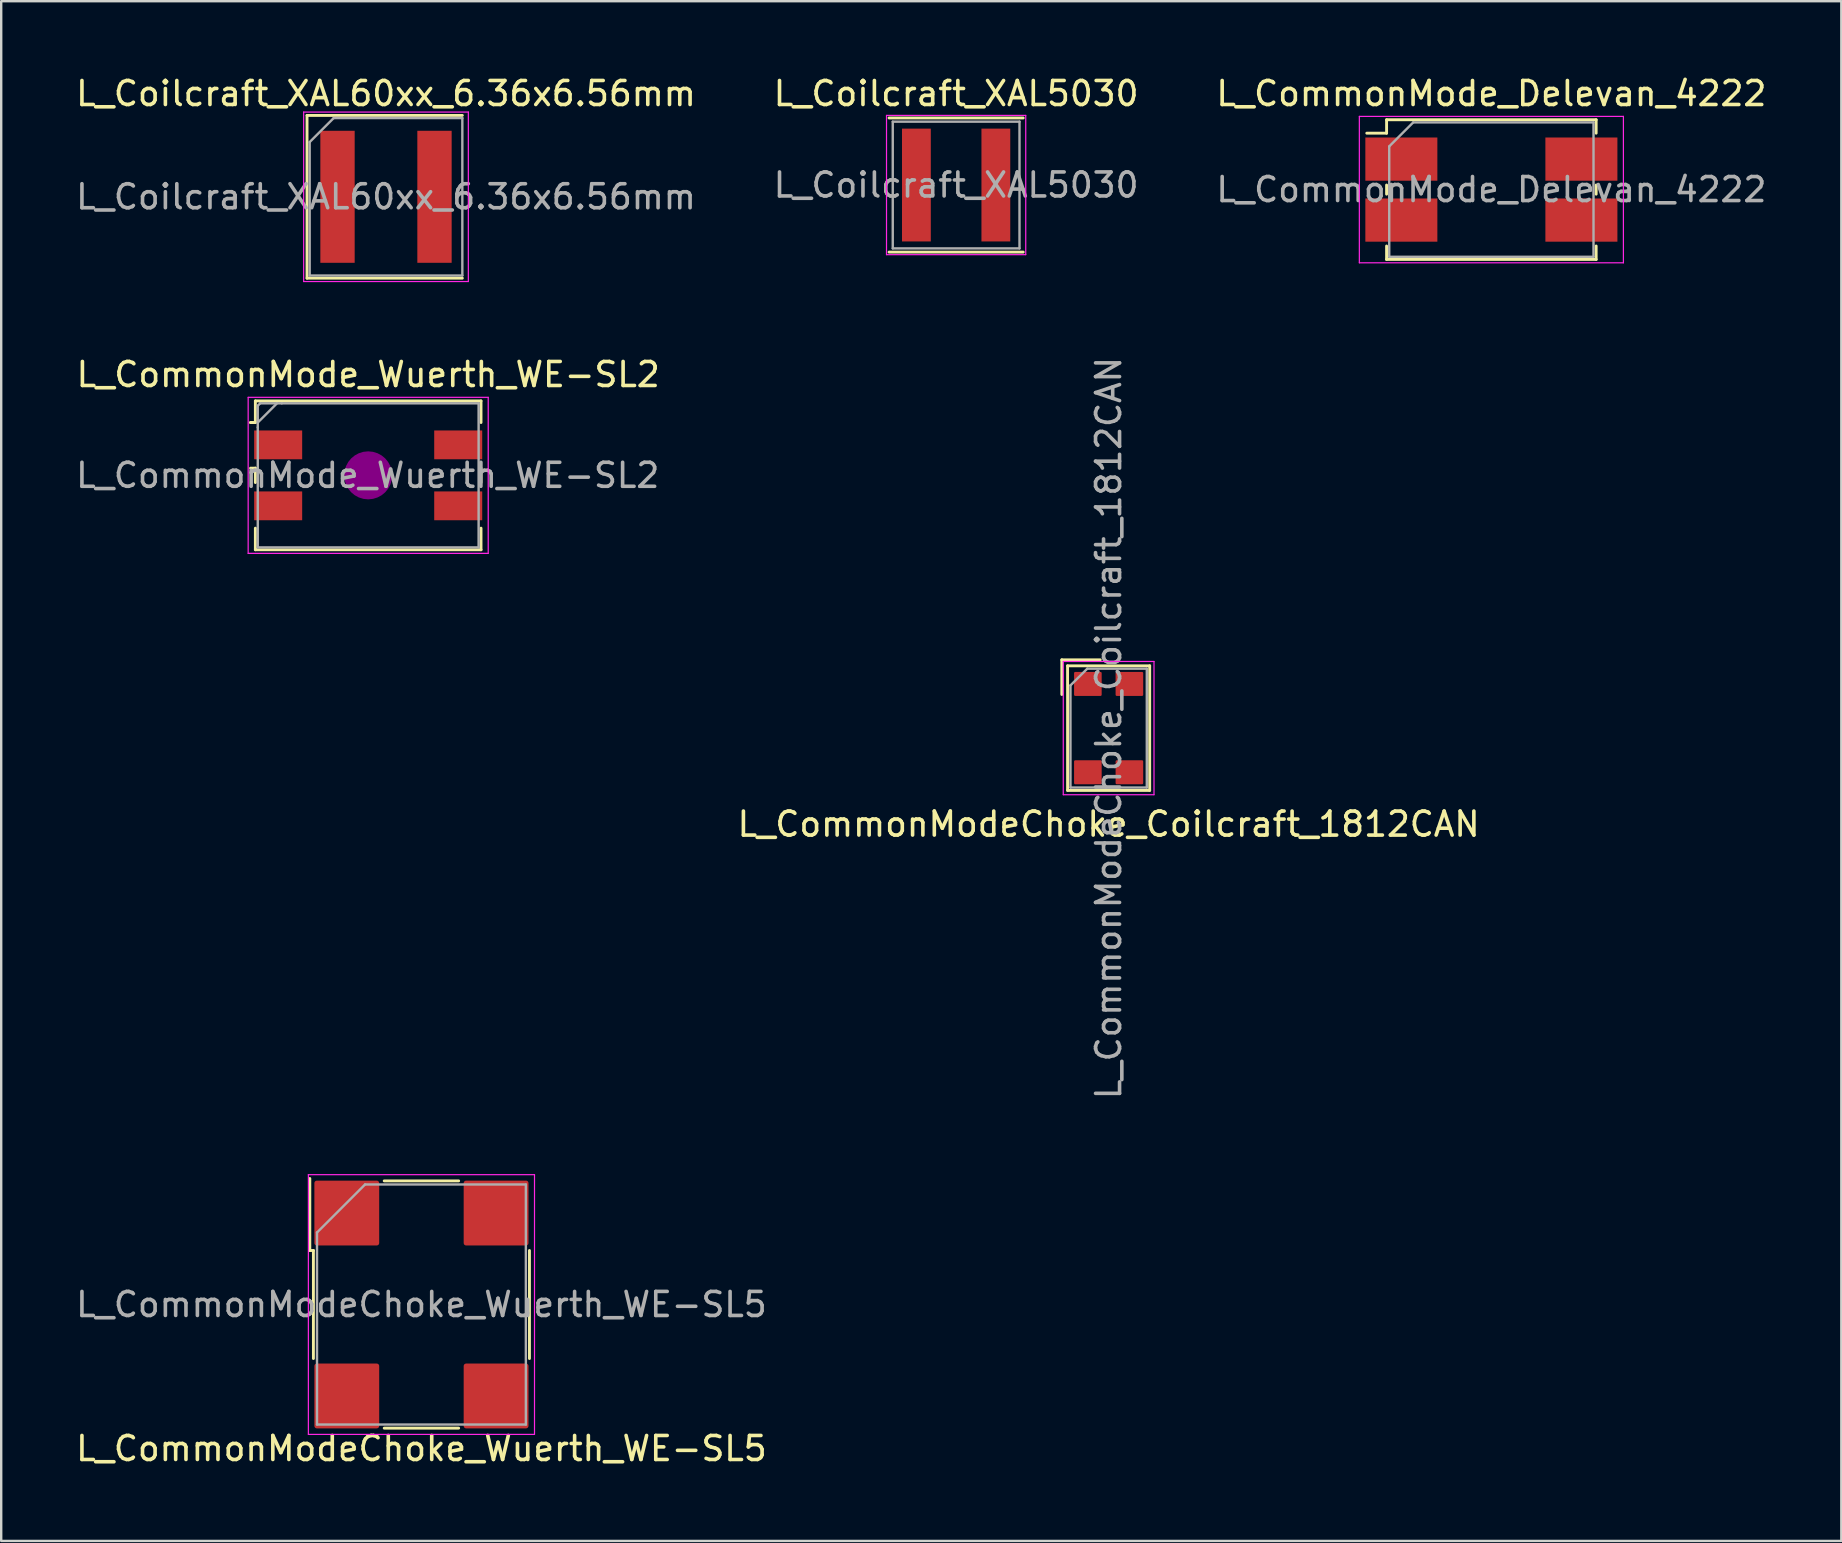
<source format=kicad_pcb>
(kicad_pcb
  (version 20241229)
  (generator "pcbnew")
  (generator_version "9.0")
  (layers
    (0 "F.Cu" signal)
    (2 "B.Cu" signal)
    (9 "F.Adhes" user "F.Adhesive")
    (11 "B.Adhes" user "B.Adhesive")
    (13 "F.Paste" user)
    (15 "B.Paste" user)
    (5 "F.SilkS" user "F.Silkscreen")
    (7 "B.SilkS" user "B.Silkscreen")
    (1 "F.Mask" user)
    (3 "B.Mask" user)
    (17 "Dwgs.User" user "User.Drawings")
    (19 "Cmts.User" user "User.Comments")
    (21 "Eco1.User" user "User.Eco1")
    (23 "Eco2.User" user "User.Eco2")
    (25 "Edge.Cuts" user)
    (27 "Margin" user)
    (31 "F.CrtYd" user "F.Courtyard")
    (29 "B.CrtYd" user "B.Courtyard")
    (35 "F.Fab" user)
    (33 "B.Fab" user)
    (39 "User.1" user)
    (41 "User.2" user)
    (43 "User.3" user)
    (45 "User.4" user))
  (footprint "L_CommonMode_Delevan_4222"
    (layer "F.Cu")
    (at 59.077 4.848)
    (property "Reference" "L_CommonMode_Delevan_4222" (at 0 -4 0) (layer "F.SilkS") (effects (font (size 1 1) (thickness 0.15))))
    (attr smd)
    (fp_line (start -5.19 -2.35) (end -4.365 -2.35) (stroke (width 0.12) (type solid)) (layer "F.SilkS"))
    (fp_line (start -4.365 -2.91) (end -4.365 -2.35) (stroke (width 0.12) (type solid)) (layer "F.SilkS"))
    (fp_line (start -4.365 -2.91) (end 4.365 -2.91) (stroke (width 0.12) (type solid)) (layer "F.SilkS"))
    (fp_line (start -4.365 -0.19) (end -4.365 0.19) (stroke (width 0.12) (type solid)) (layer "F.SilkS"))
    (fp_line (start -4.365 2.91) (end -4.365 2.35) (stroke (width 0.12) (type solid)) (layer "F.SilkS"))
    (fp_line (start 4.365 -2.91) (end 4.365 -2.35) (stroke (width 0.12) (type solid)) (layer "F.SilkS"))
    (fp_line (start 4.365 -0.19) (end 4.365 0.19) (stroke (width 0.12) (type solid)) (layer "F.SilkS"))
    (fp_line (start 4.365 2.91) (end -4.365 2.91) (stroke (width 0.12) (type solid)) (layer "F.SilkS"))
    (fp_line (start 4.365 2.91) (end 4.365 2.35) (stroke (width 0.12) (type solid)) (layer "F.SilkS"))
    (fp_line (start -5.5 -3.05) (end 5.5 -3.05) (stroke (width 0.05) (type solid)) (layer "F.CrtYd"))
    (fp_line (start -5.5 3.05) (end -5.5 -3.05) (stroke (width 0.05) (type solid)) (layer "F.CrtYd"))
    (fp_line (start 5.5 -3.05) (end 5.5 3.05) (stroke (width 0.05) (type solid)) (layer "F.CrtYd"))
    (fp_line (start 5.5 3.05) (end -5.5 3.05) (stroke (width 0.05) (type solid)) (layer "F.CrtYd"))
    (fp_line (start -4.255 -1.8) (end -4.255 2.8) (stroke (width 0.1) (type solid)) (layer "F.Fab"))
    (fp_line (start -4.255 -1.8) (end -3.255 -2.8) (stroke (width 0.1) (type solid)) (layer "F.Fab"))
    (fp_line (start -3.255 -2.8) (end 4.255 -2.8) (stroke (width 0.1) (type solid)) (layer "F.Fab"))
    (fp_line (start 4.255 -2.8) (end 4.255 2.8) (stroke (width 0.1) (type solid)) (layer "F.Fab"))
    (fp_line (start 4.255 2.8) (end -4.255 2.8) (stroke (width 0.1) (type solid)) (layer "F.Fab"))
    (fp_text user "${REFERENCE}" (at 0 0 0) (layer "F.Fab") (effects (font (size 1 1) (thickness 0.15))))
    (pad "1" smd rect (at -3.75 -1.27) (size 3 1.8) (layers "F.Cu" "F.Mask" "F.Paste"))
    (pad "2" smd rect (at -3.75 1.27) (size 3 1.8) (layers "F.Cu" "F.Mask" "F.Paste"))
    (pad "3" smd rect (at 3.75 1.27) (size 3 1.8) (layers "F.Cu" "F.Mask" "F.Paste"))
    (pad "4" smd rect (at 3.75 -1.27) (size 3 1.8) (layers "F.Cu" "F.Mask" "F.Paste")))
  (footprint "L_Coilcraft_XAL60xx_6.36x6.56mm"
    (layer "F.Cu")
    (at 13.03 5.148)
    (property "Reference" "L_Coilcraft_XAL60xx_6.36x6.56mm" (at 0 -4.3 0) (layer "F.SilkS") (effects (font (size 1 1) (thickness 0.15))))
    (attr smd)
    (fp_line (start -3.29 -3.39) (end -3.29 3.39) (stroke (width 0.12) (type solid)) (layer "F.SilkS"))
    (fp_line (start -3.29 -3.39) (end 3.18 -3.39) (stroke (width 0.12) (type solid)) (layer "F.SilkS"))
    (fp_line (start -3.29 3.39) (end 3.18 3.39) (stroke (width 0.12) (type solid)) (layer "F.SilkS"))
    (fp_line (start -3.43 -3.53) (end -3.43 3.53) (stroke (width 0.05) (type solid)) (layer "F.CrtYd"))
    (fp_line (start -3.43 -3.53) (end 3.43 -3.53) (stroke (width 0.05) (type solid)) (layer "F.CrtYd"))
    (fp_line (start -3.43 3.53) (end 3.43 3.53) (stroke (width 0.05) (type solid)) (layer "F.CrtYd"))
    (fp_line (start 3.43 -3.53) (end 3.43 3.53) (stroke (width 0.05) (type solid)) (layer "F.CrtYd"))
    (fp_line (start -3.18 -2.28) (end -3.18 3.28) (stroke (width 0.1) (type solid)) (layer "F.Fab"))
    (fp_line (start -3.18 -2.28) (end -2.18 -3.28) (stroke (width 0.1) (type solid)) (layer "F.Fab"))
    (fp_line (start -3.18 3.28) (end 3.18 3.28) (stroke (width 0.1) (type solid)) (layer "F.Fab"))
    (fp_line (start -2.18 -3.28) (end 3.18 -3.28) (stroke (width 0.1) (type solid)) (layer "F.Fab"))
    (fp_line (start 3.18 -3.28) (end 3.18 3.28) (stroke (width 0.1) (type solid)) (layer "F.Fab"))
    (fp_text user "${REFERENCE}" (at 0 0 0) (layer "F.Fab") (effects (font (size 1 1) (thickness 0.15))))
    (pad "1" smd rect (at -2.02 0) (size 1.43 5.5) (layers "F.Cu" "F.Mask" "F.Paste"))
    (pad "2" smd rect (at 2.02 0) (size 1.43 5.5) (layers "F.Cu" "F.Mask" "F.Paste")))
  (footprint "L_Coilcraft_XAL5030"
    (layer "F.Cu")
    (at 36.78 4.658)
    (property "Reference" "L_Coilcraft_XAL5030" (at 0 -3.81 0) (layer "F.SilkS") (effects (font (size 1 1) (thickness 0.15))))
    (attr smd)
    (fp_line (start -2.794 -2.794) (end 2.794 -2.794) (stroke (width 0.12) (type solid)) (layer "F.SilkS"))
    (fp_line (start 2.794 2.794) (end -2.794 2.794) (stroke (width 0.12) (type solid)) (layer "F.SilkS"))
    (fp_line (start -2.9 -2.9) (end 2.9 -2.9) (stroke (width 0.05) (type solid)) (layer "F.CrtYd"))
    (fp_line (start -2.9 2.9) (end -2.9 -2.9) (stroke (width 0.05) (type solid)) (layer "F.CrtYd"))
    (fp_line (start 2.9 -2.9) (end 2.9 2.9) (stroke (width 0.05) (type solid)) (layer "F.CrtYd"))
    (fp_line (start 2.9 2.9) (end -2.9 2.9) (stroke (width 0.05) (type solid)) (layer "F.CrtYd"))
    (fp_line (start -2.64 -2.64) (end 2.64 -2.64) (stroke (width 0.1) (type solid)) (layer "F.Fab"))
    (fp_line (start -2.64 2.64) (end -2.64 -2.64) (stroke (width 0.1) (type solid)) (layer "F.Fab"))
    (fp_line (start 2.64 -2.64) (end 2.64 2.64) (stroke (width 0.1) (type solid)) (layer "F.Fab"))
    (fp_line (start 2.64 2.64) (end -2.64 2.64) (stroke (width 0.1) (type solid)) (layer "F.Fab"))
    (fp_text user "${REFERENCE}" (at 0 0 0) (layer "F.Fab") (effects (font (size 1 1) (thickness 0.15))))
    (pad "1" smd rect (at -1.655 0) (size 1.2 4.7) (layers "F.Cu" "F.Mask" "F.Paste"))
    (pad "2" smd rect (at 1.655 0) (size 1.2 4.7) (layers "F.Cu" "F.Mask" "F.Paste")))
  (footprint "L_CommonModeChoke_Wuerth_WE-SL5"
    (layer "F.Cu")
    (at 14.506 51.293)
    (property "Reference" "L_CommonModeChoke_Wuerth_WE-SL5" (at 0 6 0) (layer "F.SilkS") (effects (font (size 1 1) (thickness 0.15))))
    (attr smd)
    (fp_line (start -4.65 -2.25) (end -4.65 -5.25) (stroke (width 0.12) (type solid)) (layer "F.SilkS"))
    (fp_line (start -4.5 -2.25) (end -4.65 -2.25) (stroke (width 0.12) (type solid)) (layer "F.SilkS"))
    (fp_line (start -4.5 2.25) (end -4.5 -2.25) (stroke (width 0.12) (type solid)) (layer "F.SilkS"))
    (fp_line (start -1.55 -5.15) (end 1.55 -5.15) (stroke (width 0.12) (type solid)) (layer "F.SilkS"))
    (fp_line (start -1.55 5.15) (end 1.55 5.15) (stroke (width 0.12) (type solid)) (layer "F.SilkS"))
    (fp_line (start 4.5 2.25) (end 4.5 -2.25) (stroke (width 0.12) (type solid)) (layer "F.SilkS"))
    (fp_line (start -4.71 -5.41) (end 4.71 -5.41) (stroke (width 0.05) (type solid)) (layer "F.CrtYd"))
    (fp_line (start -4.71 5.41) (end -4.71 -5.41) (stroke (width 0.05) (type solid)) (layer "F.CrtYd"))
    (fp_line (start -4.71 5.41) (end 4.71 5.41) (stroke (width 0.05) (type solid)) (layer "F.CrtYd"))
    (fp_line (start 4.71 5.41) (end 4.71 -5.41) (stroke (width 0.05) (type solid)) (layer "F.CrtYd"))
    (fp_line (start -4.35 -3) (end -2.35 -5) (stroke (width 0.1) (type solid)) (layer "F.Fab"))
    (fp_line (start -4.35 5) (end -4.35 -3) (stroke (width 0.1) (type solid)) (layer "F.Fab"))
    (fp_line (start -2.35 -5) (end 4.35 -5) (stroke (width 0.1) (type solid)) (layer "F.Fab"))
    (fp_line (start 4.35 -5) (end 4.35 5) (stroke (width 0.1) (type solid)) (layer "F.Fab"))
    (fp_line (start 4.35 5) (end -4.35 5) (stroke (width 0.1) (type solid)) (layer "F.Fab"))
    (fp_text user "${REFERENCE}" (at 0 0 0) (layer "F.Fab") (effects (font (size 1 1) (thickness 0.15))))
    (pad "1" smd roundrect (at -3.11 -3.81 90) (size 2.7 2.7) (layers "F.Cu" "F.Mask" "F.Paste") (roundrect_rratio 0.037))
    (pad "2" smd roundrect (at -3.11 3.81 90) (size 2.7 2.7) (layers "F.Cu" "F.Mask" "F.Paste") (roundrect_rratio 0.037))
    (pad "3" smd roundrect (at 3.11 3.81 90) (size 2.7 2.7) (layers "F.Cu" "F.Mask" "F.Paste") (roundrect_rratio 0.037))
    (pad "4" smd roundrect (at 3.11 -3.81 90) (size 2.7 2.7) (layers "F.Cu" "F.Mask" "F.Paste") (roundrect_rratio 0.037)))
  (footprint "L_CommonMode_Wuerth_WE-SL2"
    (layer "F.Cu")
    (at 12.288 16.752)
    (property "Reference" "L_CommonMode_Wuerth_WE-SL2" (at 0 -4.2 0) (layer "F.SilkS") (effects (font (size 1 1) (thickness 0.15))))
    (attr smd)
    (fp_line (start -4.9 -2.2) (end -4.8 -2.2) (stroke (width 0.12) (type solid)) (layer "F.SilkS"))
    (fp_line (start -4.9 -0.3) (end -4.7 -0.3) (stroke (width 0.12) (type solid)) (layer "F.SilkS"))
    (fp_line (start -4.7 -3.1) (end -4.7 -2.2) (stroke (width 0.12) (type solid)) (layer "F.SilkS"))
    (fp_line (start -4.7 -3.1) (end 4.7 -3.1) (stroke (width 0.12) (type solid)) (layer "F.SilkS"))
    (fp_line (start -4.7 -2.2) (end -4.9 -2.2) (stroke (width 0.12) (type solid)) (layer "F.SilkS"))
    (fp_line (start -4.7 -0.3) (end -4.7 0.3) (stroke (width 0.12) (type solid)) (layer "F.SilkS"))
    (fp_line (start -4.7 3.1) (end -4.7 2.2) (stroke (width 0.12) (type solid)) (layer "F.SilkS"))
    (fp_line (start 4.7 -3.1) (end 4.7 -2.2) (stroke (width 0.12) (type solid)) (layer "F.SilkS"))
    (fp_line (start 4.7 -0.3) (end 4.7 0.3) (stroke (width 0.12) (type solid)) (layer "F.SilkS"))
    (fp_line (start 4.7 3.1) (end -4.7 3.1) (stroke (width 0.12) (type solid)) (layer "F.SilkS"))
    (fp_line (start 4.7 3.1) (end 4.7 2.2) (stroke (width 0.12) (type solid)) (layer "F.SilkS"))
    (fp_circle (center 0 0) (end 0.5 0) (stroke (width 1) (type solid)) (fill no) (layer "F.Adhes"))
    (fp_line (start -5 -3.25) (end 5 -3.25) (stroke (width 0.05) (type solid)) (layer "F.CrtYd"))
    (fp_line (start -5 3.25) (end -5 -3.25) (stroke (width 0.05) (type solid)) (layer "F.CrtYd"))
    (fp_line (start 5 -3.25) (end 5 3.25) (stroke (width 0.05) (type solid)) (layer "F.CrtYd"))
    (fp_line (start 5 3.25) (end -5 3.25) (stroke (width 0.05) (type solid)) (layer "F.CrtYd"))
    (fp_line (start -4.6 -2.9) (end -4.5 -3) (stroke (width 0.1) (type solid)) (layer "F.Fab"))
    (fp_line (start -4.6 -2.2) (end -3.8 -3) (stroke (width 0.1) (type solid)) (layer "F.Fab"))
    (fp_line (start -4.6 -2) (end -4.6 -2.9) (stroke (width 0.1) (type solid)) (layer "F.Fab"))
    (fp_line (start -4.6 -2) (end -4.6 3) (stroke (width 0.1) (type solid)) (layer "F.Fab"))
    (fp_line (start -4.5 -3) (end -3.6 -3) (stroke (width 0.1) (type solid)) (layer "F.Fab"))
    (fp_line (start -3.6 -3) (end 4.6 -3) (stroke (width 0.1) (type solid)) (layer "F.Fab"))
    (fp_line (start 4.6 -3) (end 4.6 3) (stroke (width 0.1) (type solid)) (layer "F.Fab"))
    (fp_line (start 4.6 3) (end -4.6 3) (stroke (width 0.1) (type solid)) (layer "F.Fab"))
    (fp_text user "${REFERENCE}" (at -0.02 0 0) (layer "F.Fab") (effects (font (size 1 1) (thickness 0.15))))
    (pad "1" smd rect (at -3.75 -1.27) (size 2 1.2) (layers "F.Cu" "F.Mask" "F.Paste"))
    (pad "2" smd rect (at -3.75 1.27) (size 2 1.2) (layers "F.Cu" "F.Mask" "F.Paste"))
    (pad "3" smd rect (at 3.75 1.27) (size 2 1.2) (layers "F.Cu" "F.Mask" "F.Paste"))
    (pad "4" smd rect (at 3.75 -1.27) (size 2 1.2) (layers "F.Cu" "F.Mask" "F.Paste")))
  (footprint "L_CommonModeChoke_Coilcraft_1812CAN"
    (layer "F.Cu")
    (at 43.133 27.281)
    (property "Reference" "L_CommonModeChoke_Coilcraft_1812CAN" (at 0 4 0) (layer "F.SilkS") (effects (font (size 1 1) (thickness 0.15))))
    (attr smd)
    (fp_line (start -1.95 -2.845) (end -1.95 -1.4) (stroke (width 0.12) (type solid)) (layer "F.SilkS"))
    (fp_line (start -1.95 -2.845) (end -0.35 -2.845) (stroke (width 0.12) (type solid)) (layer "F.SilkS"))
    (fp_line (start -1.71 -2.595) (end -1.71 2.595) (stroke (width 0.12) (type solid)) (layer "F.SilkS"))
    (fp_line (start -1.71 -2.595) (end 1.71 -2.595) (stroke (width 0.12) (type solid)) (layer "F.SilkS"))
    (fp_line (start -1.71 2.595) (end 1.71 2.595) (stroke (width 0.12) (type solid)) (layer "F.SilkS"))
    (fp_line (start 1.71 -2.595) (end 1.71 2.595) (stroke (width 0.12) (type solid)) (layer "F.SilkS"))
    (fp_line (start -1.89 -2.775) (end 1.89 -2.775) (stroke (width 0.05) (type solid)) (layer "F.CrtYd"))
    (fp_line (start -1.89 2.775) (end -1.89 -2.775) (stroke (width 0.05) (type solid)) (layer "F.CrtYd"))
    (fp_line (start -1.89 2.775) (end 1.89 2.775) (stroke (width 0.05) (type solid)) (layer "F.CrtYd"))
    (fp_line (start 1.89 2.775) (end 1.89 -2.775) (stroke (width 0.05) (type solid)) (layer "F.CrtYd"))
    (fp_line (start -1.59 -1.78) (end -1.59 2.475) (stroke (width 0.1) (type solid)) (layer "F.Fab"))
    (fp_line (start -1.59 -1.78) (end -0.89 -2.475) (stroke (width 0.1) (type solid)) (layer "F.Fab"))
    (fp_line (start -1.59 2.475) (end 1.59 2.475) (stroke (width 0.1) (type solid)) (layer "F.Fab"))
    (fp_line (start -0.89 -2.475) (end 1.59 -2.475) (stroke (width 0.1) (type solid)) (layer "F.Fab"))
    (fp_line (start 1.59 -2.475) (end 1.59 2.475) (stroke (width 0.1) (type solid)) (layer "F.Fab"))
    (fp_text user "${REFERENCE}" (at 0 0 90) (layer "F.Fab") (effects (font (size 1 1) (thickness 0.15))))
    (pad "1" smd roundrect (at -0.865 -1.84) (size 1.15 1) (layers "F.Cu" "F.Mask" "F.Paste") (roundrect_rratio 0.05))
    (pad "2" smd roundrect (at -0.865 1.84) (size 1.15 1) (layers "F.Cu" "F.Mask" "F.Paste") (roundrect_rratio 0.05))
    (pad "3" smd roundrect (at 0.865 1.84) (size 1.15 1) (layers "F.Cu" "F.Mask" "F.Paste") (roundrect_rratio 0.05))
    (pad "4" smd roundrect (at 0.865 -1.84) (size 1.15 1) (layers "F.Cu" "F.Mask" "F.Paste") (roundrect_rratio 0.05)))
  (gr_rect
    (start -3 -3)
    (end 73.655 61.141)
    (stroke (width 0.1) (type default))
    (fill no)
    (layer "Edge.Cuts")))
</source>
